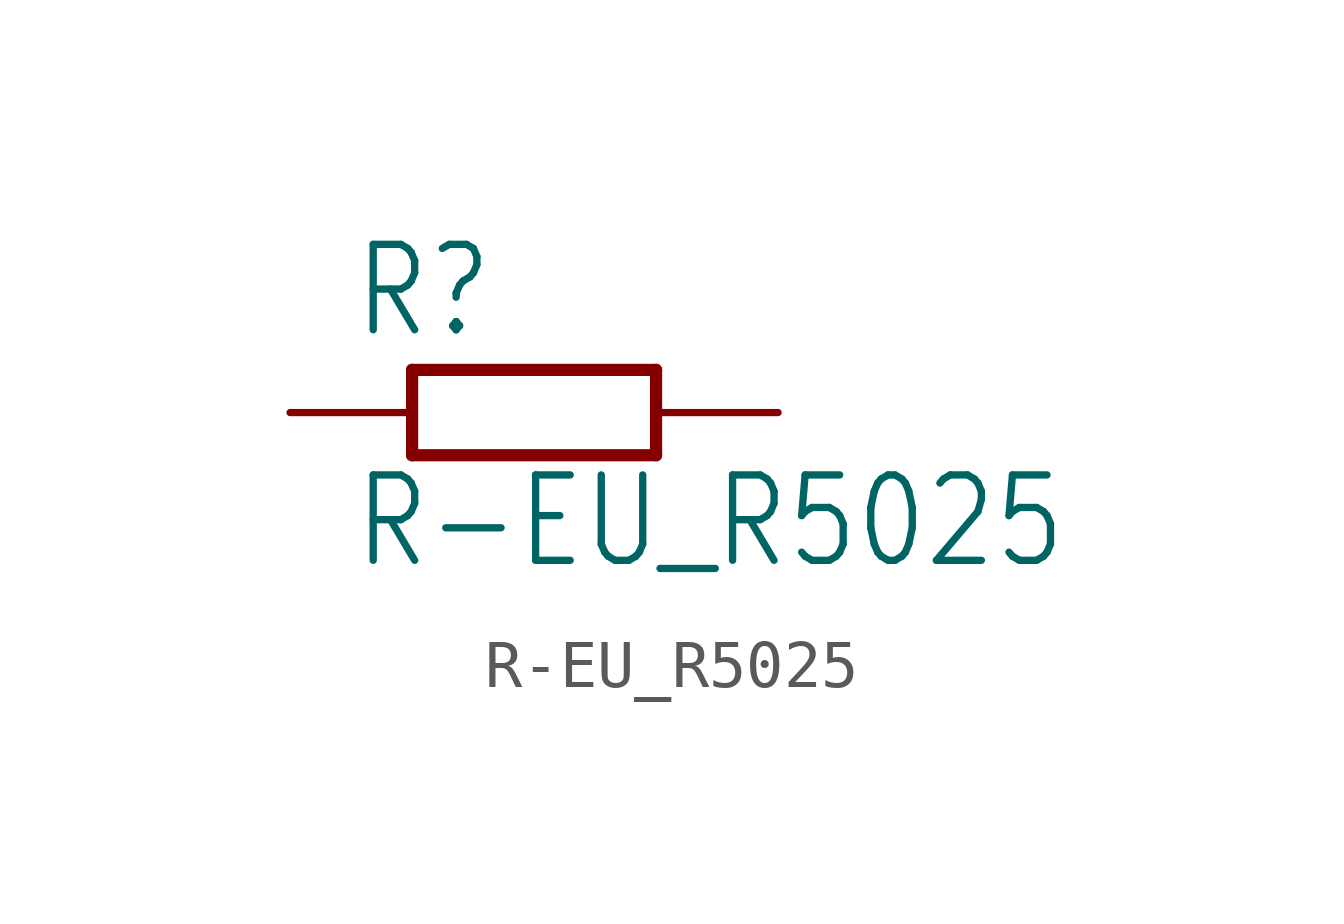
<source format=kicad_sym>
(kicad_symbol_lib
  (version 20220331)
  (generator kicad_symbol_editor)
  (symbol "R-EU_R5025"
    (property "Reference" "R"
      (at -3.81 1.499 0)
      (effects (font (size 1.778 1.511)) (justify left bottom)))
    (property "Value" "R-EU_R5025"
      (at -3.81 -3.302 0)
      (effects (font (size 1.778 1.511)) (justify left bottom)))
    (property "ki_locked" ""
      (at 0 0 0)
      (effects (font (size 1.27 1.27))))
    (symbol "R-EU_R5025_1_0"
      (polyline (pts (xy -2.54 -0.889) (xy -2.54 0.889)) (stroke (width 0.254) (type solid)) (fill (type none)))
      (polyline (pts (xy -2.54 -0.889) (xy 2.54 -0.889)) (stroke (width 0.254) (type solid)) (fill (type none)))
      (polyline (pts (xy 2.54 -0.889) (xy 2.54 0.889)) (stroke (width 0.254) (type solid)) (fill (type none)))
      (polyline (pts (xy 2.54 0.889) (xy -2.54 0.889)) (stroke (width 0.254) (type solid)) (fill (type none)))
      (pin passive line (at -5.08 0 0) (length 2.54) (name "1" (effects (font (size 0 0)))) (number "1" (effects (font (size 0 0)))))
      (pin passive line (at 5.08 0 180) (length 2.54) (name "2" (effects (font (size 0 0)))) (number "2" (effects (font (size 0 0))))))))
</source>
